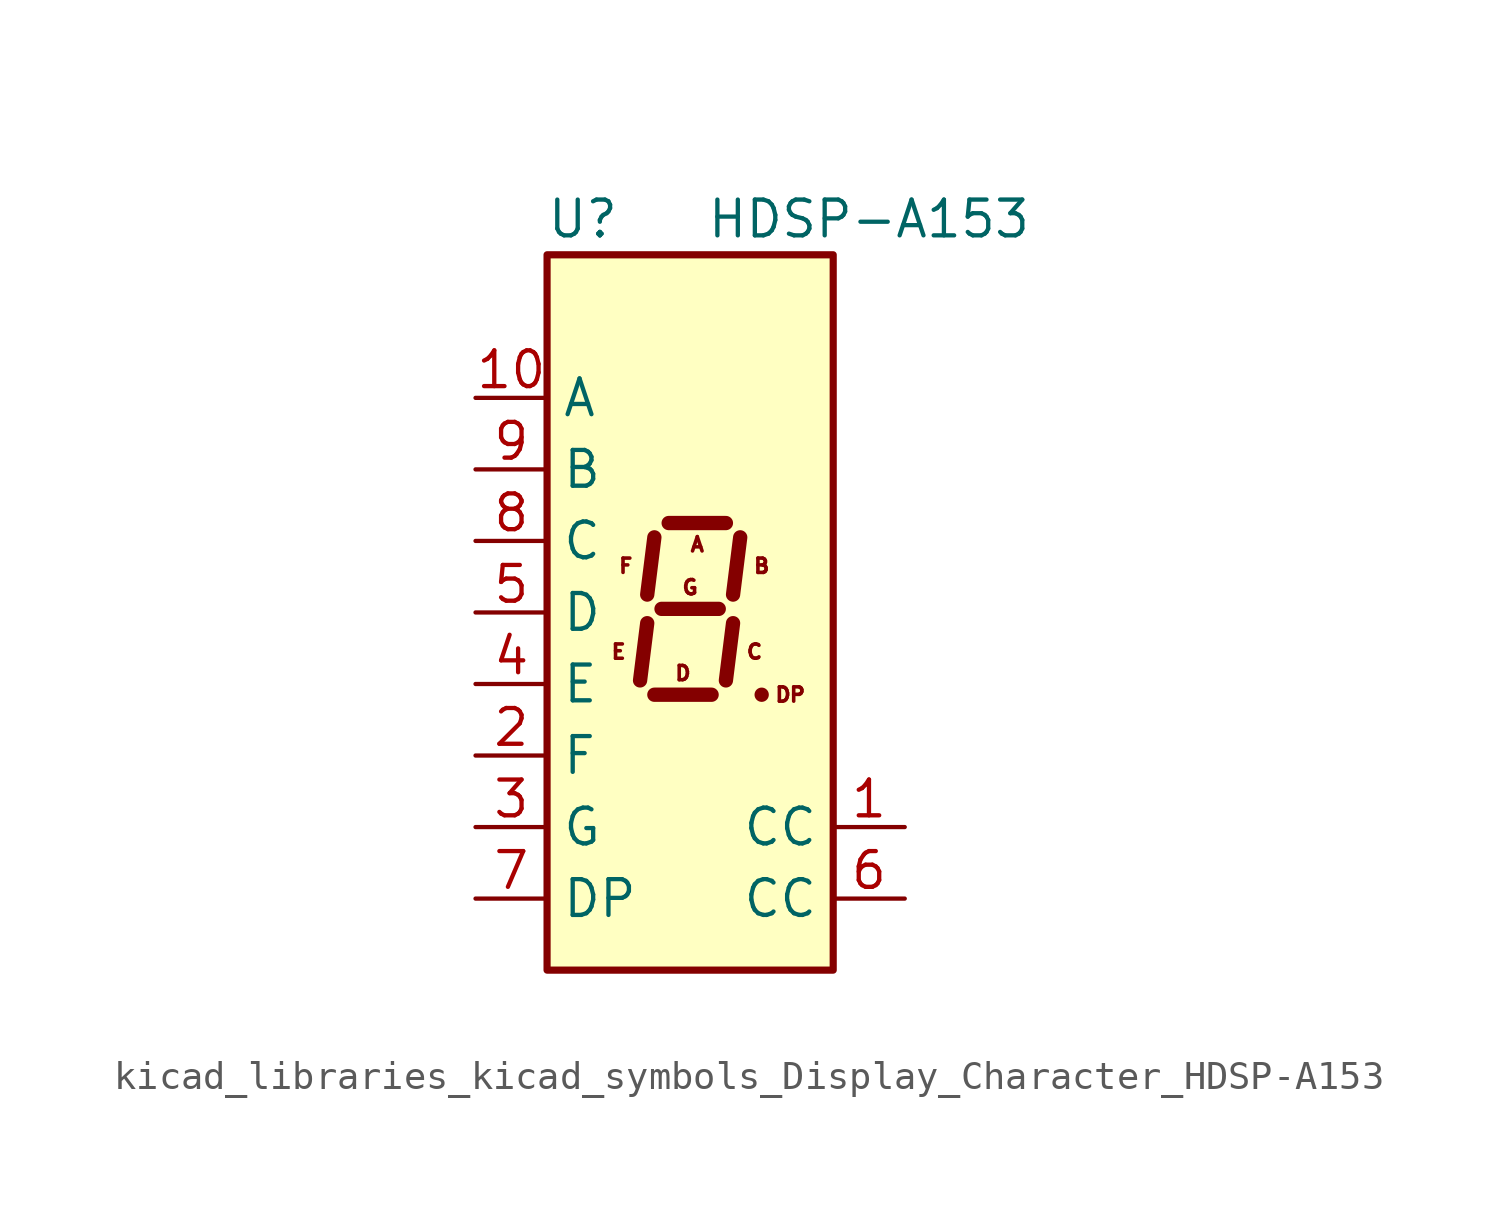
<source format=kicad_sym>
(kicad_symbol_lib
  (version 20220914)
  (generator kicad_symbol_editor)
  (symbol "kicad_libraries_kicad_symbols_Display_Character_HDSP-A153"
    (property "Reference" "U"
      (at -3.81 13.97 0)
      (effects (font (size 1.27 1.27))))
    (property "Value" "HDSP-A153"
      (at 6.35 13.97 0)
      (effects (font (size 1.27 1.27))))
    (symbol "kicad_libraries_kicad_symbols_Display_Character_HDSP-A153_1_0"
      (text "A" (at 0.254 2.413 0) (effects (font (size 0.508 0.508))))
      (text "B" (at 2.54 1.651 0) (effects (font (size 0.508 0.508))))
      (text "C" (at 2.286 -1.397 0) (effects (font (size 0.508 0.508))))
      (text "D" (at -0.254 -2.159 0) (effects (font (size 0.508 0.508))))
      (text "DP" (at 3.556 -2.921 0) (effects (font (size 0.508 0.508))))
      (text "E" (at -2.54 -1.397 0) (effects (font (size 0.508 0.508))))
      (text "F" (at -2.286 1.651 0) (effects (font (size 0.508 0.508))))
      (text "G" (at 0 0.889 0) (effects (font (size 0.508 0.508)))))
    (symbol "kicad_libraries_kicad_symbols_Display_Character_HDSP-A153_1_1"
      (rectangle (start -5.08 12.7) (end 5.08 -12.7) (stroke (width 0.254) (type default)) (fill (type background)))
      (polyline (pts (xy -1.524 -0.381) (xy -1.778 -2.413)) (stroke (width 0.508) (type default)) (fill (type none)))
      (polyline (pts (xy -1.27 -2.921) (xy 0.762 -2.921)) (stroke (width 0.508) (type default)) (fill (type none)))
      (polyline (pts (xy -1.27 2.667) (xy -1.524 0.635)) (stroke (width 0.508) (type default)) (fill (type none)))
      (polyline (pts (xy -1.016 0.127) (xy 1.016 0.127)) (stroke (width 0.508) (type default)) (fill (type none)))
      (polyline (pts (xy -0.762 3.175) (xy 1.27 3.175)) (stroke (width 0.508) (type default)) (fill (type none)))
      (polyline (pts (xy 1.524 -0.381) (xy 1.27 -2.413)) (stroke (width 0.508) (type default)) (fill (type none)))
      (polyline (pts (xy 1.778 2.667) (xy 1.524 0.635)) (stroke (width 0.508) (type default)) (fill (type none)))
      (polyline (pts (xy 2.54 -2.921) (xy 2.54 -2.921)) (stroke (width 0.508) (type default)) (fill (type none)))
      (pin input line (at 7.62 -7.62 180) (length 2.54) (name "CC" (effects (font (size 1.27 1.27)))) (number "1" (effects (font (size 1.27 1.27)))))
      (pin input line (at -7.62 7.62 0) (length 2.54) (name "A" (effects (font (size 1.27 1.27)))) (number "10" (effects (font (size 1.27 1.27)))))
      (pin input line (at -7.62 -5.08 0) (length 2.54) (name "F" (effects (font (size 1.27 1.27)))) (number "2" (effects (font (size 1.27 1.27)))))
      (pin input line (at -7.62 -7.62 0) (length 2.54) (name "G" (effects (font (size 1.27 1.27)))) (number "3" (effects (font (size 1.27 1.27)))))
      (pin input line (at -7.62 -2.54 0) (length 2.54) (name "E" (effects (font (size 1.27 1.27)))) (number "4" (effects (font (size 1.27 1.27)))))
      (pin input line (at -7.62 0 0) (length 2.54) (name "D" (effects (font (size 1.27 1.27)))) (number "5" (effects (font (size 1.27 1.27)))))
      (pin input line (at 7.62 -10.16 180) (length 2.54) (name "CC" (effects (font (size 1.27 1.27)))) (number "6" (effects (font (size 1.27 1.27)))))
      (pin input line (at -7.62 -10.16 0) (length 2.54) (name "DP" (effects (font (size 1.27 1.27)))) (number "7" (effects (font (size 1.27 1.27)))))
      (pin input line (at -7.62 2.54 0) (length 2.54) (name "C" (effects (font (size 1.27 1.27)))) (number "8" (effects (font (size 1.27 1.27)))))
      (pin input line (at -7.62 5.08 0) (length 2.54) (name "B" (effects (font (size 1.27 1.27)))) (number "9" (effects (font (size 1.27 1.27))))))))
</source>
